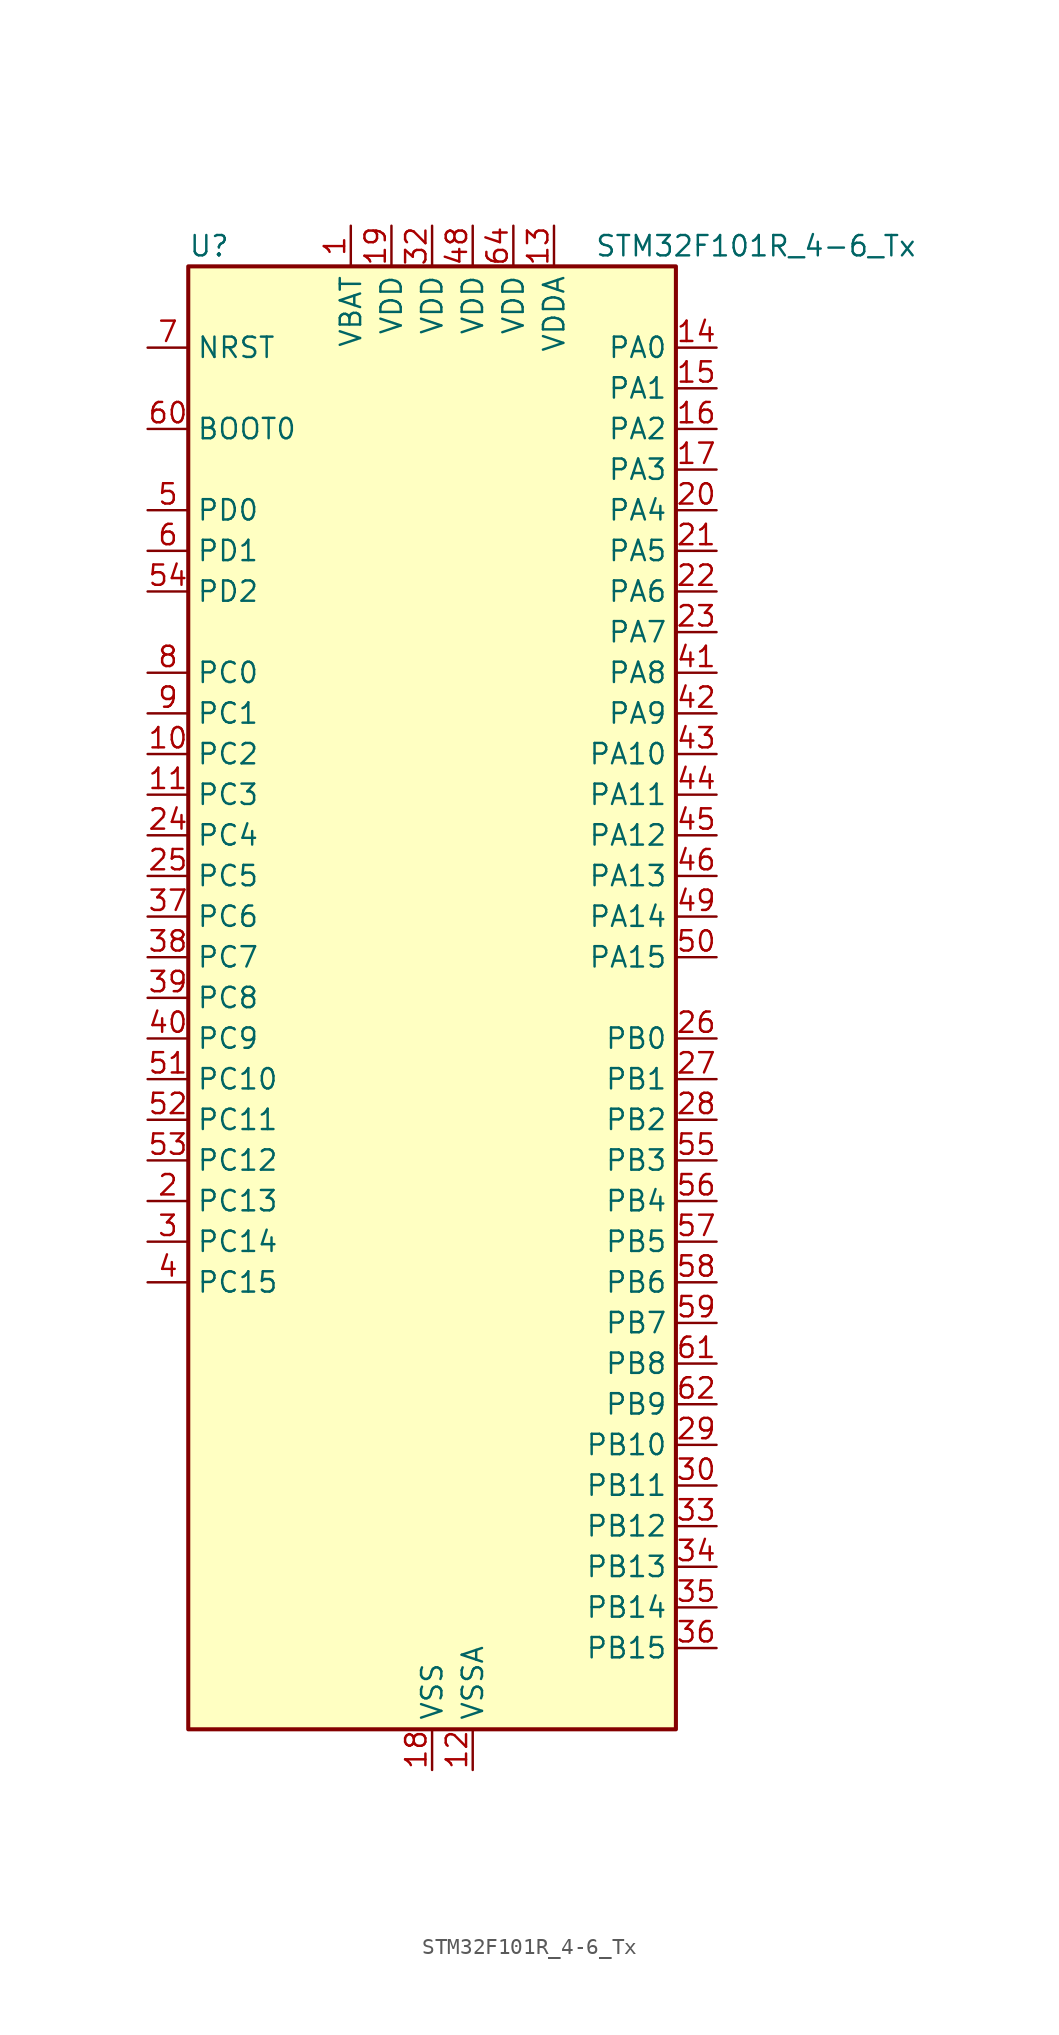
<source format=kicad_sym>
(kicad_symbol_lib
  (version 20241209)
  (generator "kicad_symbol_editor")
  (generator_version "9.0")
  (symbol "STM32F101R_4-6_Tx"
    (property "Reference" "U"
      (at -15.24 46.99 0)
      (effects (font (size 1.27 1.27)) (justify left)))
    (property "Value" "STM32F101R_4-6_Tx"
      (at 10.16 46.99 0)
      (effects (font (size 1.27 1.27)) (justify left)))
    (symbol "STM32F101R_4-6_Tx_0_1"
      (rectangle (start -15.24 -45.72) (end 15.24 45.72) (stroke (width 0.254) (type default)) (fill (type background))))
    (symbol "STM32F101R_4-6_Tx_1_1"
      (pin input line (at -17.78 40.64 0) (length 2.54) (name "NRST" (effects (font (size 1.27 1.27)))) (number "7" (effects (font (size 1.27 1.27)))))
      (pin input line (at -17.78 35.56 0) (length 2.54) (name "BOOT0" (effects (font (size 1.27 1.27)))) (number "60" (effects (font (size 1.27 1.27)))))
      (pin bidirectional line (at -17.78 30.48 0) (length 2.54) (name "PD0" (effects (font (size 1.27 1.27)))) (number "5" (effects (font (size 1.27 1.27)))) (alternate "RCC_OSC_IN" bidirectional line))
      (pin bidirectional line (at -17.78 27.94 0) (length 2.54) (name "PD1" (effects (font (size 1.27 1.27)))) (number "6" (effects (font (size 1.27 1.27)))) (alternate "RCC_OSC_OUT" bidirectional line))
      (pin bidirectional line (at -17.78 25.4 0) (length 2.54) (name "PD2" (effects (font (size 1.27 1.27)))) (number "54" (effects (font (size 1.27 1.27)))) (alternate "TIM3_ETR" bidirectional line))
      (pin bidirectional line (at -17.78 20.32 0) (length 2.54) (name "PC0" (effects (font (size 1.27 1.27)))) (number "8" (effects (font (size 1.27 1.27)))) (alternate "ADC1_IN10" bidirectional line))
      (pin bidirectional line (at -17.78 17.78 0) (length 2.54) (name "PC1" (effects (font (size 1.27 1.27)))) (number "9" (effects (font (size 1.27 1.27)))) (alternate "ADC1_IN11" bidirectional line))
      (pin bidirectional line (at -17.78 15.24 0) (length 2.54) (name "PC2" (effects (font (size 1.27 1.27)))) (number "10" (effects (font (size 1.27 1.27)))) (alternate "ADC1_IN12" bidirectional line))
      (pin bidirectional line (at -17.78 12.7 0) (length 2.54) (name "PC3" (effects (font (size 1.27 1.27)))) (number "11" (effects (font (size 1.27 1.27)))) (alternate "ADC1_IN13" bidirectional line))
      (pin bidirectional line (at -17.78 10.16 0) (length 2.54) (name "PC4" (effects (font (size 1.27 1.27)))) (number "24" (effects (font (size 1.27 1.27)))) (alternate "ADC1_IN14" bidirectional line))
      (pin bidirectional line (at -17.78 7.62 0) (length 2.54) (name "PC5" (effects (font (size 1.27 1.27)))) (number "25" (effects (font (size 1.27 1.27)))) (alternate "ADC1_IN15" bidirectional line))
      (pin bidirectional line (at -17.78 5.08 0) (length 2.54) (name "PC6" (effects (font (size 1.27 1.27)))) (number "37" (effects (font (size 1.27 1.27)))) (alternate "TIM3_CH1" bidirectional line))
      (pin bidirectional line (at -17.78 2.54 0) (length 2.54) (name "PC7" (effects (font (size 1.27 1.27)))) (number "38" (effects (font (size 1.27 1.27)))) (alternate "TIM3_CH2" bidirectional line))
      (pin bidirectional line (at -17.78 0 0) (length 2.54) (name "PC8" (effects (font (size 1.27 1.27)))) (number "39" (effects (font (size 1.27 1.27)))) (alternate "TIM3_CH3" bidirectional line))
      (pin bidirectional line (at -17.78 -2.54 0) (length 2.54) (name "PC9" (effects (font (size 1.27 1.27)))) (number "40" (effects (font (size 1.27 1.27)))) (alternate "TIM3_CH4" bidirectional line))
      (pin bidirectional line (at -17.78 -5.08 0) (length 2.54) (name "PC10" (effects (font (size 1.27 1.27)))) (number "51" (effects (font (size 1.27 1.27)))))
      (pin bidirectional line (at -17.78 -7.62 0) (length 2.54) (name "PC11" (effects (font (size 1.27 1.27)))) (number "52" (effects (font (size 1.27 1.27)))) (alternate "ADC1_EXTI11" bidirectional line))
      (pin bidirectional line (at -17.78 -10.16 0) (length 2.54) (name "PC12" (effects (font (size 1.27 1.27)))) (number "53" (effects (font (size 1.27 1.27)))))
      (pin bidirectional line (at -17.78 -12.7 0) (length 2.54) (name "PC13" (effects (font (size 1.27 1.27)))) (number "2" (effects (font (size 1.27 1.27)))) (alternate "RTC_OUT" bidirectional line) (alternate "RTC_TAMPER" bidirectional line))
      (pin bidirectional line (at -17.78 -15.24 0) (length 2.54) (name "PC14" (effects (font (size 1.27 1.27)))) (number "3" (effects (font (size 1.27 1.27)))) (alternate "RCC_OSC32_IN" bidirectional line))
      (pin bidirectional line (at -17.78 -17.78 0) (length 2.54) (name "PC15" (effects (font (size 1.27 1.27)))) (number "4" (effects (font (size 1.27 1.27)))) (alternate "ADC1_EXTI15" bidirectional line) (alternate "RCC_OSC32_OUT" bidirectional line))
      (pin power_in line (at -5.08 48.26 270) (length 2.54) (name "VBAT" (effects (font (size 1.27 1.27)))) (number "1" (effects (font (size 1.27 1.27)))))
      (pin power_in line (at -2.54 48.26 270) (length 2.54) (name "VDD" (effects (font (size 1.27 1.27)))) (number "19" (effects (font (size 1.27 1.27)))))
      (pin power_in line (at 0 48.26 270) (length 2.54) (name "VDD" (effects (font (size 1.27 1.27)))) (number "32" (effects (font (size 1.27 1.27)))))
      (pin power_in line (at 0 -48.26 90) (length 2.54) (name "VSS" (effects (font (size 1.27 1.27)))) (number "18" (effects (font (size 1.27 1.27)))))
      (pin passive line (at 0 -48.26 90) (length 2.54) (hide yes) (name "VSS" (effects (font (size 1.27 1.27)))) (number "31" (effects (font (size 1.27 1.27)))))
      (pin passive line (at 0 -48.26 90) (length 2.54) (hide yes) (name "VSS" (effects (font (size 1.27 1.27)))) (number "47" (effects (font (size 1.27 1.27)))))
      (pin passive line (at 0 -48.26 90) (length 2.54) (hide yes) (name "VSS" (effects (font (size 1.27 1.27)))) (number "63" (effects (font (size 1.27 1.27)))))
      (pin power_in line (at 2.54 48.26 270) (length 2.54) (name "VDD" (effects (font (size 1.27 1.27)))) (number "48" (effects (font (size 1.27 1.27)))))
      (pin power_in line (at 2.54 -48.26 90) (length 2.54) (name "VSSA" (effects (font (size 1.27 1.27)))) (number "12" (effects (font (size 1.27 1.27)))))
      (pin power_in line (at 5.08 48.26 270) (length 2.54) (name "VDD" (effects (font (size 1.27 1.27)))) (number "64" (effects (font (size 1.27 1.27)))))
      (pin power_in line (at 7.62 48.26 270) (length 2.54) (name "VDDA" (effects (font (size 1.27 1.27)))) (number "13" (effects (font (size 1.27 1.27)))))
      (pin bidirectional line (at 17.78 40.64 180) (length 2.54) (name "PA0" (effects (font (size 1.27 1.27)))) (number "14" (effects (font (size 1.27 1.27)))) (alternate "ADC1_IN0" bidirectional line) (alternate "SYS_WKUP" bidirectional line) (alternate "TIM2_CH1" bidirectional line) (alternate "TIM2_ETR" bidirectional line) (alternate "USART2_CTS" bidirectional line))
      (pin bidirectional line (at 17.78 38.1 180) (length 2.54) (name "PA1" (effects (font (size 1.27 1.27)))) (number "15" (effects (font (size 1.27 1.27)))) (alternate "ADC1_IN1" bidirectional line) (alternate "TIM2_CH2" bidirectional line) (alternate "USART2_RTS" bidirectional line))
      (pin bidirectional line (at 17.78 35.56 180) (length 2.54) (name "PA2" (effects (font (size 1.27 1.27)))) (number "16" (effects (font (size 1.27 1.27)))) (alternate "ADC1_IN2" bidirectional line) (alternate "TIM2_CH3" bidirectional line) (alternate "USART2_TX" bidirectional line))
      (pin bidirectional line (at 17.78 33.02 180) (length 2.54) (name "PA3" (effects (font (size 1.27 1.27)))) (number "17" (effects (font (size 1.27 1.27)))) (alternate "ADC1_IN3" bidirectional line) (alternate "TIM2_CH4" bidirectional line) (alternate "USART2_RX" bidirectional line))
      (pin bidirectional line (at 17.78 30.48 180) (length 2.54) (name "PA4" (effects (font (size 1.27 1.27)))) (number "20" (effects (font (size 1.27 1.27)))) (alternate "ADC1_IN4" bidirectional line) (alternate "SPI1_NSS" bidirectional line) (alternate "USART2_CK" bidirectional line))
      (pin bidirectional line (at 17.78 27.94 180) (length 2.54) (name "PA5" (effects (font (size 1.27 1.27)))) (number "21" (effects (font (size 1.27 1.27)))) (alternate "ADC1_IN5" bidirectional line) (alternate "SPI1_SCK" bidirectional line))
      (pin bidirectional line (at 17.78 25.4 180) (length 2.54) (name "PA6" (effects (font (size 1.27 1.27)))) (number "22" (effects (font (size 1.27 1.27)))) (alternate "ADC1_IN6" bidirectional line) (alternate "SPI1_MISO" bidirectional line) (alternate "TIM3_CH1" bidirectional line))
      (pin bidirectional line (at 17.78 22.86 180) (length 2.54) (name "PA7" (effects (font (size 1.27 1.27)))) (number "23" (effects (font (size 1.27 1.27)))) (alternate "ADC1_IN7" bidirectional line) (alternate "SPI1_MOSI" bidirectional line) (alternate "TIM3_CH2" bidirectional line))
      (pin bidirectional line (at 17.78 20.32 180) (length 2.54) (name "PA8" (effects (font (size 1.27 1.27)))) (number "41" (effects (font (size 1.27 1.27)))) (alternate "RCC_MCO" bidirectional line) (alternate "USART1_CK" bidirectional line))
      (pin bidirectional line (at 17.78 17.78 180) (length 2.54) (name "PA9" (effects (font (size 1.27 1.27)))) (number "42" (effects (font (size 1.27 1.27)))) (alternate "USART1_TX" bidirectional line))
      (pin bidirectional line (at 17.78 15.24 180) (length 2.54) (name "PA10" (effects (font (size 1.27 1.27)))) (number "43" (effects (font (size 1.27 1.27)))) (alternate "USART1_RX" bidirectional line))
      (pin bidirectional line (at 17.78 12.7 180) (length 2.54) (name "PA11" (effects (font (size 1.27 1.27)))) (number "44" (effects (font (size 1.27 1.27)))) (alternate "ADC1_EXTI11" bidirectional line) (alternate "USART1_CTS" bidirectional line))
      (pin bidirectional line (at 17.78 10.16 180) (length 2.54) (name "PA12" (effects (font (size 1.27 1.27)))) (number "45" (effects (font (size 1.27 1.27)))) (alternate "USART1_RTS" bidirectional line))
      (pin bidirectional line (at 17.78 7.62 180) (length 2.54) (name "PA13" (effects (font (size 1.27 1.27)))) (number "46" (effects (font (size 1.27 1.27)))) (alternate "SYS_JTMS-SWDIO" bidirectional line))
      (pin bidirectional line (at 17.78 5.08 180) (length 2.54) (name "PA14" (effects (font (size 1.27 1.27)))) (number "49" (effects (font (size 1.27 1.27)))) (alternate "SYS_JTCK-SWCLK" bidirectional line))
      (pin bidirectional line (at 17.78 2.54 180) (length 2.54) (name "PA15" (effects (font (size 1.27 1.27)))) (number "50" (effects (font (size 1.27 1.27)))) (alternate "ADC1_EXTI15" bidirectional line) (alternate "SPI1_NSS" bidirectional line) (alternate "SYS_JTDI" bidirectional line) (alternate "TIM2_CH1" bidirectional line) (alternate "TIM2_ETR" bidirectional line))
      (pin bidirectional line (at 17.78 -2.54 180) (length 2.54) (name "PB0" (effects (font (size 1.27 1.27)))) (number "26" (effects (font (size 1.27 1.27)))) (alternate "ADC1_IN8" bidirectional line) (alternate "TIM3_CH3" bidirectional line))
      (pin bidirectional line (at 17.78 -5.08 180) (length 2.54) (name "PB1" (effects (font (size 1.27 1.27)))) (number "27" (effects (font (size 1.27 1.27)))) (alternate "ADC1_IN9" bidirectional line) (alternate "TIM3_CH4" bidirectional line))
      (pin bidirectional line (at 17.78 -7.62 180) (length 2.54) (name "PB2" (effects (font (size 1.27 1.27)))) (number "28" (effects (font (size 1.27 1.27)))))
      (pin bidirectional line (at 17.78 -10.16 180) (length 2.54) (name "PB3" (effects (font (size 1.27 1.27)))) (number "55" (effects (font (size 1.27 1.27)))) (alternate "SPI1_SCK" bidirectional line) (alternate "SYS_JTDO-TRACESWO" bidirectional line) (alternate "TIM2_CH2" bidirectional line))
      (pin bidirectional line (at 17.78 -12.7 180) (length 2.54) (name "PB4" (effects (font (size 1.27 1.27)))) (number "56" (effects (font (size 1.27 1.27)))) (alternate "SPI1_MISO" bidirectional line) (alternate "SYS_NJTRST" bidirectional line) (alternate "TIM3_CH1" bidirectional line))
      (pin bidirectional line (at 17.78 -15.24 180) (length 2.54) (name "PB5" (effects (font (size 1.27 1.27)))) (number "57" (effects (font (size 1.27 1.27)))) (alternate "I2C1_SMBA" bidirectional line) (alternate "SPI1_MOSI" bidirectional line) (alternate "TIM3_CH2" bidirectional line))
      (pin bidirectional line (at 17.78 -17.78 180) (length 2.54) (name "PB6" (effects (font (size 1.27 1.27)))) (number "58" (effects (font (size 1.27 1.27)))) (alternate "I2C1_SCL" bidirectional line) (alternate "USART1_TX" bidirectional line))
      (pin bidirectional line (at 17.78 -20.32 180) (length 2.54) (name "PB7" (effects (font (size 1.27 1.27)))) (number "59" (effects (font (size 1.27 1.27)))) (alternate "I2C1_SDA" bidirectional line) (alternate "USART1_RX" bidirectional line))
      (pin bidirectional line (at 17.78 -22.86 180) (length 2.54) (name "PB8" (effects (font (size 1.27 1.27)))) (number "61" (effects (font (size 1.27 1.27)))) (alternate "I2C1_SCL" bidirectional line))
      (pin bidirectional line (at 17.78 -25.4 180) (length 2.54) (name "PB9" (effects (font (size 1.27 1.27)))) (number "62" (effects (font (size 1.27 1.27)))) (alternate "I2C1_SDA" bidirectional line))
      (pin bidirectional line (at 17.78 -27.94 180) (length 2.54) (name "PB10" (effects (font (size 1.27 1.27)))) (number "29" (effects (font (size 1.27 1.27)))) (alternate "TIM2_CH3" bidirectional line))
      (pin bidirectional line (at 17.78 -30.48 180) (length 2.54) (name "PB11" (effects (font (size 1.27 1.27)))) (number "30" (effects (font (size 1.27 1.27)))) (alternate "ADC1_EXTI11" bidirectional line) (alternate "TIM2_CH4" bidirectional line))
      (pin bidirectional line (at 17.78 -33.02 180) (length 2.54) (name "PB12" (effects (font (size 1.27 1.27)))) (number "33" (effects (font (size 1.27 1.27)))))
      (pin bidirectional line (at 17.78 -35.56 180) (length 2.54) (name "PB13" (effects (font (size 1.27 1.27)))) (number "34" (effects (font (size 1.27 1.27)))))
      (pin bidirectional line (at 17.78 -38.1 180) (length 2.54) (name "PB14" (effects (font (size 1.27 1.27)))) (number "35" (effects (font (size 1.27 1.27)))))
      (pin bidirectional line (at 17.78 -40.64 180) (length 2.54) (name "PB15" (effects (font (size 1.27 1.27)))) (number "36" (effects (font (size 1.27 1.27)))) (alternate "ADC1_EXTI15" bidirectional line)))))
</source>
